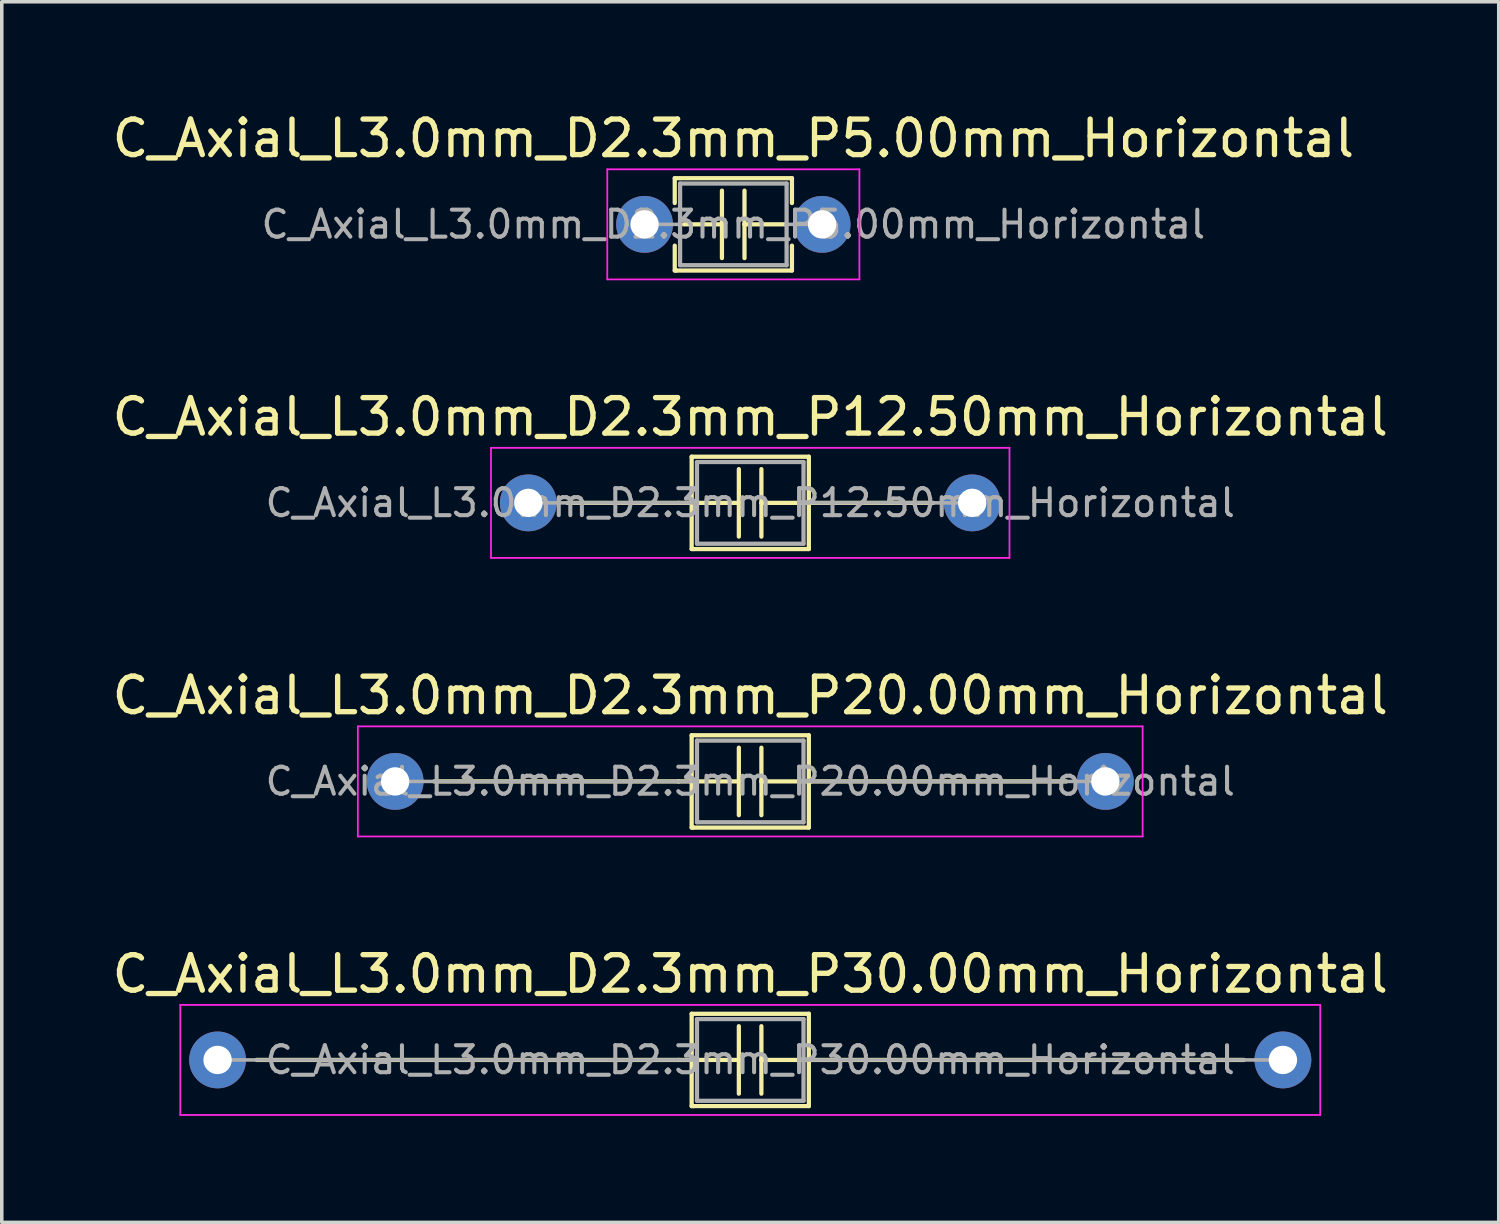
<source format=kicad_pcb>
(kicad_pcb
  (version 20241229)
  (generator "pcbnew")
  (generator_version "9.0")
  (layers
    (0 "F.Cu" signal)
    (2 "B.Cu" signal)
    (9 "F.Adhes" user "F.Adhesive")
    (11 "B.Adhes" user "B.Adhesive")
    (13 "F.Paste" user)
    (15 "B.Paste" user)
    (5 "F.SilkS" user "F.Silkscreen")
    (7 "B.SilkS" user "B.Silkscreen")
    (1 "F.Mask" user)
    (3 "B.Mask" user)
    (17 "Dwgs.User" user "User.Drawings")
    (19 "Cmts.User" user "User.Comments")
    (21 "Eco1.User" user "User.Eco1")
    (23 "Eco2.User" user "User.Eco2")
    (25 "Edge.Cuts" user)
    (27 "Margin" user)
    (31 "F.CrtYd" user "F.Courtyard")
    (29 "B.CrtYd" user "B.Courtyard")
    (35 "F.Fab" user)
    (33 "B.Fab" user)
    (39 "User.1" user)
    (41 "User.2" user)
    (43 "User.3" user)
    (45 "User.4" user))
  (footprint "C_Axial_L3.0mm_D2.3mm_P5.00mm_Horizontal"
    (layer "F.Cu")
    (at 15.101 3.268)
    (property "Reference" "C_Axial_L3.0mm_D2.3mm_P5.00mm_Horizontal" (at 2.5 -2.42 0) (layer "F.SilkS") (effects (font (size 1 1) (thickness 0.15))))
    (attr through_hole)
    (fp_line (start 0.85 -1.3) (end 4.15 -1.3) (stroke (width 0.12) (type solid)) (layer "F.SilkS"))
    (fp_line (start 0.85 -0.6) (end 0.85 -1.3) (stroke (width 0.12) (type solid)) (layer "F.SilkS"))
    (fp_line (start 0.85 1.3) (end 0.85 0.6) (stroke (width 0.12) (type solid)) (layer "F.SilkS"))
    (fp_line (start 0.9 1.3) (end 0.85 1.3) (stroke (width 0.12) (type solid)) (layer "F.SilkS"))
    (fp_line (start 1.1 0) (end 2.179 0) (stroke (width 0.12) (type solid)) (layer "F.SilkS"))
    (fp_line (start 2.179 0) (end 2.179 -0.95) (stroke (width 0.12) (type solid)) (layer "F.SilkS"))
    (fp_line (start 2.179 0) (end 2.179 0.95) (stroke (width 0.12) (type solid)) (layer "F.SilkS"))
    (fp_line (start 2.814 0) (end 2.814 -0.95) (stroke (width 0.12) (type solid)) (layer "F.SilkS"))
    (fp_line (start 2.814 0) (end 2.814 0.95) (stroke (width 0.12) (type solid)) (layer "F.SilkS"))
    (fp_line (start 3.95 0) (end 2.814 0) (stroke (width 0.12) (type solid)) (layer "F.SilkS"))
    (fp_line (start 4.15 -1.3) (end 4.15 -0.6) (stroke (width 0.12) (type solid)) (layer "F.SilkS"))
    (fp_line (start 4.15 0.6) (end 4.15 1.3) (stroke (width 0.12) (type solid)) (layer "F.SilkS"))
    (fp_line (start 4.15 1.3) (end 0.9 1.3) (stroke (width 0.12) (type solid)) (layer "F.SilkS"))
    (fp_line (start -1.05 -1.55) (end -1.05 1.55) (stroke (width 0.05) (type solid)) (layer "F.CrtYd"))
    (fp_line (start -1.05 1.55) (end 6.05 1.55) (stroke (width 0.05) (type solid)) (layer "F.CrtYd"))
    (fp_line (start 6.05 -1.55) (end -1.05 -1.55) (stroke (width 0.05) (type solid)) (layer "F.CrtYd"))
    (fp_line (start 6.05 1.55) (end 6.05 -1.55) (stroke (width 0.05) (type solid)) (layer "F.CrtYd"))
    (fp_line (start 0.05 0) (end 1 0) (stroke (width 0.1) (type solid)) (layer "F.Fab"))
    (fp_line (start 1 -1.15) (end 4 -1.15) (stroke (width 0.12) (type solid)) (layer "F.Fab"))
    (fp_line (start 1 0) (end 1 -1.15) (stroke (width 0.12) (type solid)) (layer "F.Fab"))
    (fp_line (start 1 1.15) (end 1 0) (stroke (width 0.12) (type solid)) (layer "F.Fab"))
    (fp_line (start 4 -1.15) (end 4 0) (stroke (width 0.12) (type solid)) (layer "F.Fab"))
    (fp_line (start 4 0) (end 4 1.15) (stroke (width 0.12) (type solid)) (layer "F.Fab"))
    (fp_line (start 4 1.15) (end 1 1.15) (stroke (width 0.12) (type solid)) (layer "F.Fab"))
    (fp_line (start 5 0) (end 4 0) (stroke (width 0.1) (type solid)) (layer "F.Fab"))
    (fp_text user "${REFERENCE}" (at 2.5 0 0) (layer "F.Fab") (effects (font (size 0.76 0.76) (thickness 0.114))))
    (pad "1" thru_hole circle (at 0 0) (size 1.6 1.6) (drill 0.8) (layers "*.Cu" "*.Mask"))
    (pad "2" thru_hole oval (at 5 0) (size 1.6 1.6) (drill 0.8) (layers "*.Cu" "*.Mask")))
  (footprint "C_Axial_L3.0mm_D2.3mm_P20.00mm_Horizontal"
    (layer "F.Cu")
    (at 8.077 18.955)
    (property "Reference" "C_Axial_L3.0mm_D2.3mm_P20.00mm_Horizontal" (at 10 -2.42 0) (layer "F.SilkS") (effects (font (size 1 1) (thickness 0.15))))
    (attr through_hole)
    (fp_line (start 1.1 0) (end 7.98 0) (stroke (width 0.12) (type solid)) (layer "F.SilkS"))
    (fp_line (start 7.98 0) (end 9.679 0) (stroke (width 0.12) (type solid)) (layer "F.SilkS"))
    (fp_line (start 8.35 -1.3) (end 11.65 -1.3) (stroke (width 0.12) (type solid)) (layer "F.SilkS"))
    (fp_line (start 8.35 1.3) (end 8.35 -1.3) (stroke (width 0.12) (type solid)) (layer "F.SilkS"))
    (fp_line (start 8.4 1.3) (end 8.35 1.3) (stroke (width 0.12) (type solid)) (layer "F.SilkS"))
    (fp_line (start 9.679 0) (end 9.679 -0.95) (stroke (width 0.12) (type solid)) (layer "F.SilkS"))
    (fp_line (start 9.679 0) (end 9.679 0.95) (stroke (width 0.12) (type solid)) (layer "F.SilkS"))
    (fp_line (start 10.314 0) (end 10.314 -0.95) (stroke (width 0.12) (type solid)) (layer "F.SilkS"))
    (fp_line (start 10.314 0) (end 10.314 0.95) (stroke (width 0.12) (type solid)) (layer "F.SilkS"))
    (fp_line (start 11.65 -1.3) (end 11.65 0) (stroke (width 0.12) (type solid)) (layer "F.SilkS"))
    (fp_line (start 11.65 0) (end 11.65 1.3) (stroke (width 0.12) (type solid)) (layer "F.SilkS"))
    (fp_line (start 11.65 1.3) (end 8.4 1.3) (stroke (width 0.12) (type solid)) (layer "F.SilkS"))
    (fp_line (start 11.711 0) (end 10.314 0) (stroke (width 0.12) (type solid)) (layer "F.SilkS"))
    (fp_line (start 18.9 0) (end 11.711 0) (stroke (width 0.12) (type solid)) (layer "F.SilkS"))
    (fp_line (start -1.05 -1.55) (end -1.05 1.55) (stroke (width 0.05) (type solid)) (layer "F.CrtYd"))
    (fp_line (start -1.05 1.55) (end 21.05 1.55) (stroke (width 0.05) (type solid)) (layer "F.CrtYd"))
    (fp_line (start 21.05 -1.55) (end -1.05 -1.55) (stroke (width 0.05) (type solid)) (layer "F.CrtYd"))
    (fp_line (start 21.05 1.55) (end 21.05 -1.55) (stroke (width 0.05) (type solid)) (layer "F.CrtYd"))
    (fp_line (start 0 0) (end 8.5 0) (stroke (width 0.1) (type solid)) (layer "F.Fab"))
    (fp_line (start 8.5 -1.15) (end 11.5 -1.15) (stroke (width 0.12) (type solid)) (layer "F.Fab"))
    (fp_line (start 8.5 0) (end 8.5 -1.15) (stroke (width 0.12) (type solid)) (layer "F.Fab"))
    (fp_line (start 8.5 1.15) (end 8.5 0) (stroke (width 0.12) (type solid)) (layer "F.Fab"))
    (fp_line (start 11.5 -1.15) (end 11.5 0) (stroke (width 0.12) (type solid)) (layer "F.Fab"))
    (fp_line (start 11.5 0) (end 11.5 1.15) (stroke (width 0.12) (type solid)) (layer "F.Fab"))
    (fp_line (start 11.5 1.15) (end 8.5 1.15) (stroke (width 0.12) (type solid)) (layer "F.Fab"))
    (fp_line (start 20 0) (end 11.5 0) (stroke (width 0.1) (type solid)) (layer "F.Fab"))
    (fp_text user "${REFERENCE}" (at 10 0 0) (layer "F.Fab") (effects (font (size 0.76 0.76) (thickness 0.114))))
    (pad "1" thru_hole circle (at 0 0) (size 1.6 1.6) (drill 0.8) (layers "*.Cu" "*.Mask"))
    (pad "2" thru_hole oval (at 20 0) (size 1.6 1.6) (drill 0.8) (layers "*.Cu" "*.Mask")))
  (footprint "C_Axial_L3.0mm_D2.3mm_P12.50mm_Horizontal"
    (layer "F.Cu")
    (at 11.827 11.111)
    (property "Reference" "C_Axial_L3.0mm_D2.3mm_P12.50mm_Horizontal" (at 6.25 -2.42 0) (layer "F.SilkS") (effects (font (size 1 1) (thickness 0.15))))
    (attr through_hole)
    (fp_line (start 1.1 0) (end 4.23 0) (stroke (width 0.12) (type solid)) (layer "F.SilkS"))
    (fp_line (start 4.23 0) (end 5.929 0) (stroke (width 0.12) (type solid)) (layer "F.SilkS"))
    (fp_line (start 4.6 -1.3) (end 7.9 -1.3) (stroke (width 0.12) (type solid)) (layer "F.SilkS"))
    (fp_line (start 4.6 1.3) (end 4.6 -1.3) (stroke (width 0.12) (type solid)) (layer "F.SilkS"))
    (fp_line (start 4.65 1.3) (end 4.6 1.3) (stroke (width 0.12) (type solid)) (layer "F.SilkS"))
    (fp_line (start 5.929 0) (end 5.929 -0.95) (stroke (width 0.12) (type solid)) (layer "F.SilkS"))
    (fp_line (start 5.929 0) (end 5.929 0.95) (stroke (width 0.12) (type solid)) (layer "F.SilkS"))
    (fp_line (start 6.564 0) (end 6.564 -0.95) (stroke (width 0.12) (type solid)) (layer "F.SilkS"))
    (fp_line (start 6.564 0) (end 6.564 0.95) (stroke (width 0.12) (type solid)) (layer "F.SilkS"))
    (fp_line (start 7.9 -1.3) (end 7.9 0) (stroke (width 0.12) (type solid)) (layer "F.SilkS"))
    (fp_line (start 7.9 0) (end 7.9 1.3) (stroke (width 0.12) (type solid)) (layer "F.SilkS"))
    (fp_line (start 7.9 1.3) (end 4.65 1.3) (stroke (width 0.12) (type solid)) (layer "F.SilkS"))
    (fp_line (start 7.961 0) (end 6.564 0) (stroke (width 0.12) (type solid)) (layer "F.SilkS"))
    (fp_line (start 11.4 0) (end 7.961 0) (stroke (width 0.12) (type solid)) (layer "F.SilkS"))
    (fp_line (start -1.05 -1.55) (end -1.05 1.55) (stroke (width 0.05) (type solid)) (layer "F.CrtYd"))
    (fp_line (start -1.05 1.55) (end 13.55 1.55) (stroke (width 0.05) (type solid)) (layer "F.CrtYd"))
    (fp_line (start 13.55 -1.55) (end -1.05 -1.55) (stroke (width 0.05) (type solid)) (layer "F.CrtYd"))
    (fp_line (start 13.55 1.55) (end 13.55 -1.55) (stroke (width 0.05) (type solid)) (layer "F.CrtYd"))
    (fp_line (start 0 0) (end 4.75 0) (stroke (width 0.1) (type solid)) (layer "F.Fab"))
    (fp_line (start 4.75 -1.15) (end 7.75 -1.15) (stroke (width 0.12) (type solid)) (layer "F.Fab"))
    (fp_line (start 4.75 0) (end 4.75 -1.15) (stroke (width 0.12) (type solid)) (layer "F.Fab"))
    (fp_line (start 4.75 1.15) (end 4.75 0) (stroke (width 0.12) (type solid)) (layer "F.Fab"))
    (fp_line (start 7.75 -1.15) (end 7.75 0) (stroke (width 0.12) (type solid)) (layer "F.Fab"))
    (fp_line (start 7.75 0) (end 7.75 1.15) (stroke (width 0.12) (type solid)) (layer "F.Fab"))
    (fp_line (start 7.75 1.15) (end 4.75 1.15) (stroke (width 0.12) (type solid)) (layer "F.Fab"))
    (fp_line (start 12.5 0) (end 7.75 0) (stroke (width 0.1) (type solid)) (layer "F.Fab"))
    (fp_text user "${REFERENCE}" (at 6.25 0 0) (layer "F.Fab") (effects (font (size 0.76 0.76) (thickness 0.114))))
    (pad "1" thru_hole circle (at 0 0) (size 1.6 1.6) (drill 0.8) (layers "*.Cu" "*.Mask"))
    (pad "2" thru_hole oval (at 12.5 0) (size 1.6 1.6) (drill 0.8) (layers "*.Cu" "*.Mask")))
  (footprint "C_Axial_L3.0mm_D2.3mm_P30.00mm_Horizontal"
    (layer "F.Cu")
    (at 3.077 26.798)
    (property "Reference" "C_Axial_L3.0mm_D2.3mm_P30.00mm_Horizontal" (at 15 -2.42 0) (layer "F.SilkS") (effects (font (size 1 1) (thickness 0.15))))
    (attr through_hole)
    (fp_line (start 1.1 0) (end 12.98 0) (stroke (width 0.12) (type solid)) (layer "F.SilkS"))
    (fp_line (start 12.98 0) (end 14.679 0) (stroke (width 0.12) (type solid)) (layer "F.SilkS"))
    (fp_line (start 13.35 -1.3) (end 16.65 -1.3) (stroke (width 0.12) (type solid)) (layer "F.SilkS"))
    (fp_line (start 13.35 1.3) (end 13.35 -1.3) (stroke (width 0.12) (type solid)) (layer "F.SilkS"))
    (fp_line (start 13.4 1.3) (end 13.35 1.3) (stroke (width 0.12) (type solid)) (layer "F.SilkS"))
    (fp_line (start 14.679 0) (end 14.679 -0.95) (stroke (width 0.12) (type solid)) (layer "F.SilkS"))
    (fp_line (start 14.679 0) (end 14.679 0.95) (stroke (width 0.12) (type solid)) (layer "F.SilkS"))
    (fp_line (start 15.314 0) (end 15.314 -0.95) (stroke (width 0.12) (type solid)) (layer "F.SilkS"))
    (fp_line (start 15.314 0) (end 15.314 0.95) (stroke (width 0.12) (type solid)) (layer "F.SilkS"))
    (fp_line (start 16.65 -1.3) (end 16.65 0) (stroke (width 0.12) (type solid)) (layer "F.SilkS"))
    (fp_line (start 16.65 0) (end 16.65 1.3) (stroke (width 0.12) (type solid)) (layer "F.SilkS"))
    (fp_line (start 16.65 1.3) (end 13.4 1.3) (stroke (width 0.12) (type solid)) (layer "F.SilkS"))
    (fp_line (start 16.711 0) (end 15.314 0) (stroke (width 0.12) (type solid)) (layer "F.SilkS"))
    (fp_line (start 28.9 0) (end 16.711 0) (stroke (width 0.12) (type solid)) (layer "F.SilkS"))
    (fp_line (start -1.05 -1.55) (end -1.05 1.55) (stroke (width 0.05) (type solid)) (layer "F.CrtYd"))
    (fp_line (start -1.05 1.55) (end 31.05 1.55) (stroke (width 0.05) (type solid)) (layer "F.CrtYd"))
    (fp_line (start 31.05 -1.55) (end -1.05 -1.55) (stroke (width 0.05) (type solid)) (layer "F.CrtYd"))
    (fp_line (start 31.05 1.55) (end 31.05 -1.55) (stroke (width 0.05) (type solid)) (layer "F.CrtYd"))
    (fp_line (start 0 0) (end 13.5 0) (stroke (width 0.1) (type solid)) (layer "F.Fab"))
    (fp_line (start 13.5 -1.15) (end 16.5 -1.15) (stroke (width 0.12) (type solid)) (layer "F.Fab"))
    (fp_line (start 13.5 0) (end 13.5 -1.15) (stroke (width 0.12) (type solid)) (layer "F.Fab"))
    (fp_line (start 13.5 1.15) (end 13.5 0) (stroke (width 0.12) (type solid)) (layer "F.Fab"))
    (fp_line (start 16.5 -1.15) (end 16.5 0) (stroke (width 0.12) (type solid)) (layer "F.Fab"))
    (fp_line (start 16.5 0) (end 16.5 1.15) (stroke (width 0.12) (type solid)) (layer "F.Fab"))
    (fp_line (start 16.5 1.15) (end 13.5 1.15) (stroke (width 0.12) (type solid)) (layer "F.Fab"))
    (fp_line (start 30 0) (end 16.5 0) (stroke (width 0.1) (type solid)) (layer "F.Fab"))
    (fp_text user "${REFERENCE}" (at 15 0 0) (layer "F.Fab") (effects (font (size 0.76 0.76) (thickness 0.114))))
    (pad "1" thru_hole circle (at 0 0) (size 1.6 1.6) (drill 0.8) (layers "*.Cu" "*.Mask"))
    (pad "2" thru_hole oval (at 30 0) (size 1.6 1.6) (drill 0.8) (layers "*.Cu" "*.Mask")))
  (gr_rect
    (start -3 -3)
    (end 39.155 31.373)
    (stroke (width 0.1) (type default))
    (fill no)
    (layer "Edge.Cuts")))
</source>
